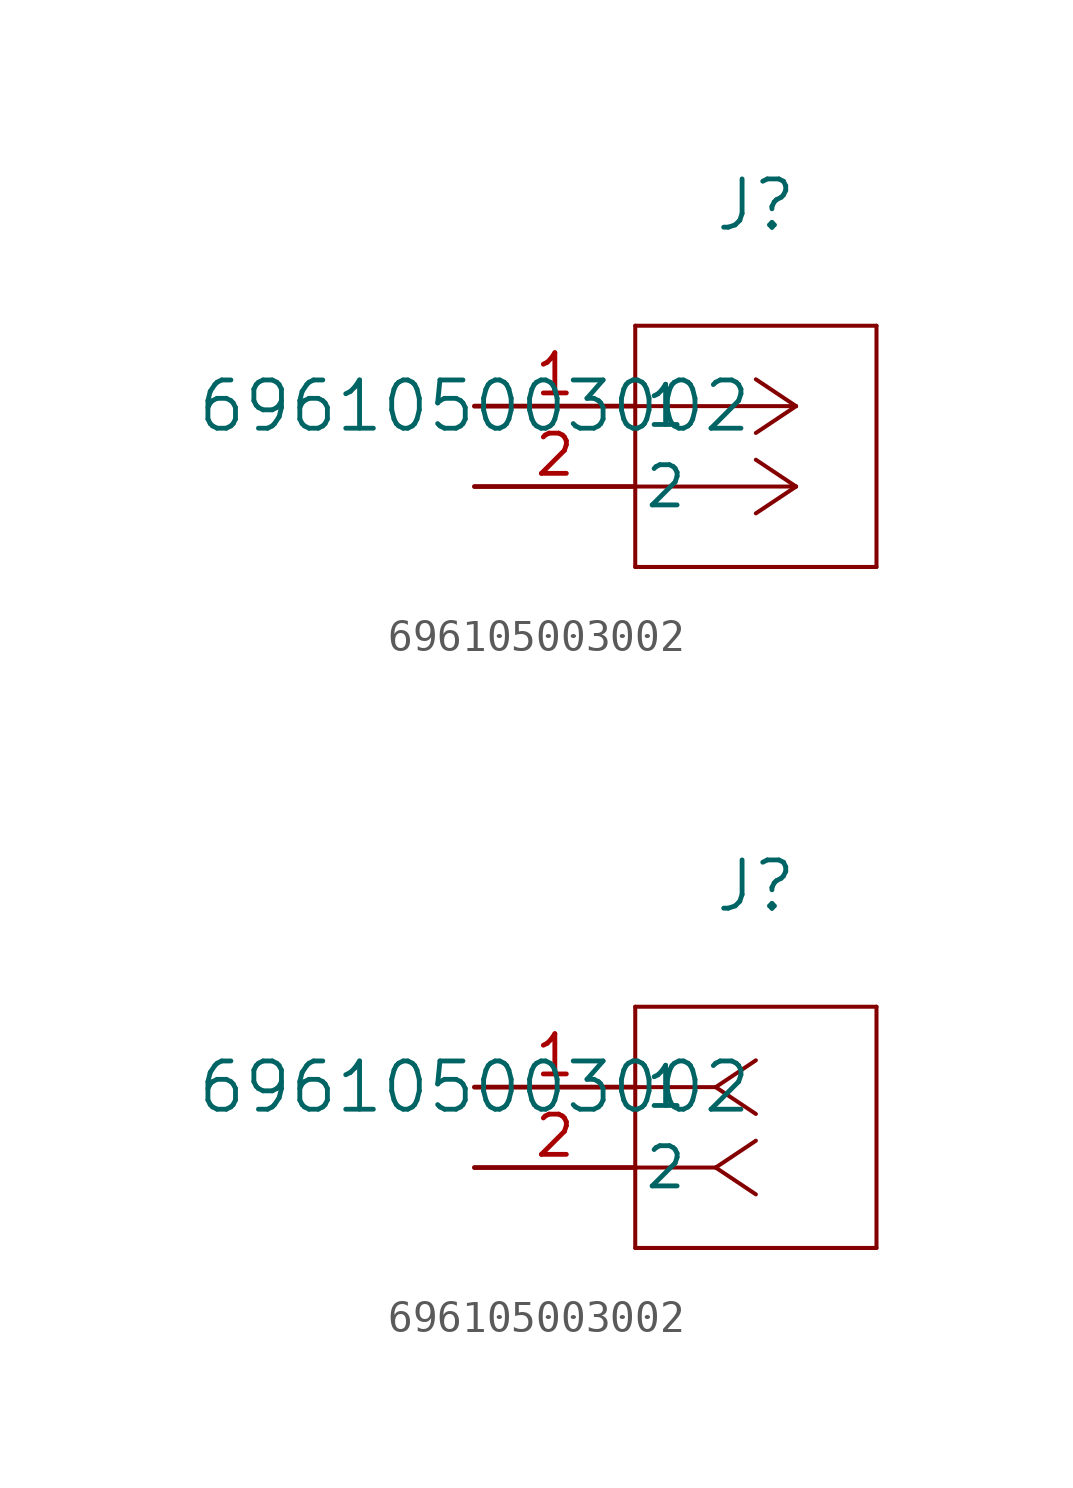
<source format=kicad_sym>
(kicad_symbol_lib
  (version 20211014)
  (generator kicad_symbol_editor)
  (symbol "696105003002"
    (pin_names
      (offset 0.254))
    (property "Reference" "J"
      (at 8.89 6.35 0)
      (effects (font (size 1.524 1.524))))
    (property "Value" "696105003002"
      (at 0 0 0)
      (effects (font (size 1.524 1.524))))
    (symbol "696105003002_1_1"
      (polyline (pts (xy 10.16 0) (xy 5.08 0)) (stroke (width 0.127) (type default) (color 0 0 0 0)) (fill (type none)))
      (polyline (pts (xy 10.16 -2.54) (xy 5.08 -2.54)) (stroke (width 0.127) (type default) (color 0 0 0 0)) (fill (type none)))
      (polyline (pts (xy 10.16 0) (xy 8.89 0.847)) (stroke (width 0.127) (type default) (color 0 0 0 0)) (fill (type none)))
      (polyline (pts (xy 10.16 -2.54) (xy 8.89 -1.693)) (stroke (width 0.127) (type default) (color 0 0 0 0)) (fill (type none)))
      (polyline (pts (xy 10.16 0) (xy 8.89 -0.847)) (stroke (width 0.127) (type default) (color 0 0 0 0)) (fill (type none)))
      (polyline (pts (xy 10.16 -2.54) (xy 8.89 -3.387)) (stroke (width 0.127) (type default) (color 0 0 0 0)) (fill (type none)))
      (polyline (pts (xy 5.08 2.54) (xy 5.08 -5.08)) (stroke (width 0.127) (type default) (color 0 0 0 0)) (fill (type none)))
      (polyline (pts (xy 5.08 -5.08) (xy 12.7 -5.08)) (stroke (width 0.127) (type default) (color 0 0 0 0)) (fill (type none)))
      (polyline (pts (xy 12.7 -5.08) (xy 12.7 2.54)) (stroke (width 0.127) (type default) (color 0 0 0 0)) (fill (type none)))
      (polyline (pts (xy 12.7 2.54) (xy 5.08 2.54)) (stroke (width 0.127) (type default) (color 0 0 0 0)) (fill (type none)))
      (pin unspecified line (at 0 0 0) (length 5.08) (name "1" (effects (font (size 1.27 1.27)))) (number "1" (effects (font (size 1.27 1.27)))))
      (pin unspecified line (at 0 -2.54 0) (length 5.08) (name "2" (effects (font (size 1.27 1.27)))) (number "2" (effects (font (size 1.27 1.27))))))
    (symbol "696105003002_1_2"
      (polyline (pts (xy 7.62 0) (xy 5.08 0)) (stroke (width 0.127) (type default) (color 0 0 0 0)) (fill (type none)))
      (polyline (pts (xy 7.62 -2.54) (xy 5.08 -2.54)) (stroke (width 0.127) (type default) (color 0 0 0 0)) (fill (type none)))
      (polyline (pts (xy 7.62 0) (xy 8.89 0.847)) (stroke (width 0.127) (type default) (color 0 0 0 0)) (fill (type none)))
      (polyline (pts (xy 7.62 -2.54) (xy 8.89 -1.693)) (stroke (width 0.127) (type default) (color 0 0 0 0)) (fill (type none)))
      (polyline (pts (xy 7.62 0) (xy 8.89 -0.847)) (stroke (width 0.127) (type default) (color 0 0 0 0)) (fill (type none)))
      (polyline (pts (xy 7.62 -2.54) (xy 8.89 -3.387)) (stroke (width 0.127) (type default) (color 0 0 0 0)) (fill (type none)))
      (polyline (pts (xy 5.08 2.54) (xy 5.08 -5.08)) (stroke (width 0.127) (type default) (color 0 0 0 0)) (fill (type none)))
      (polyline (pts (xy 5.08 -5.08) (xy 12.7 -5.08)) (stroke (width 0.127) (type default) (color 0 0 0 0)) (fill (type none)))
      (polyline (pts (xy 12.7 -5.08) (xy 12.7 2.54)) (stroke (width 0.127) (type default) (color 0 0 0 0)) (fill (type none)))
      (polyline (pts (xy 12.7 2.54) (xy 5.08 2.54)) (stroke (width 0.127) (type default) (color 0 0 0 0)) (fill (type none)))
      (pin unspecified line (at 0 0 0) (length 5.08) (name "1" (effects (font (size 1.27 1.27)))) (number "1" (effects (font (size 1.27 1.27)))))
      (pin unspecified line (at 0 -2.54 0) (length 5.08) (name "2" (effects (font (size 1.27 1.27)))) (number "2" (effects (font (size 1.27 1.27))))))))
</source>
